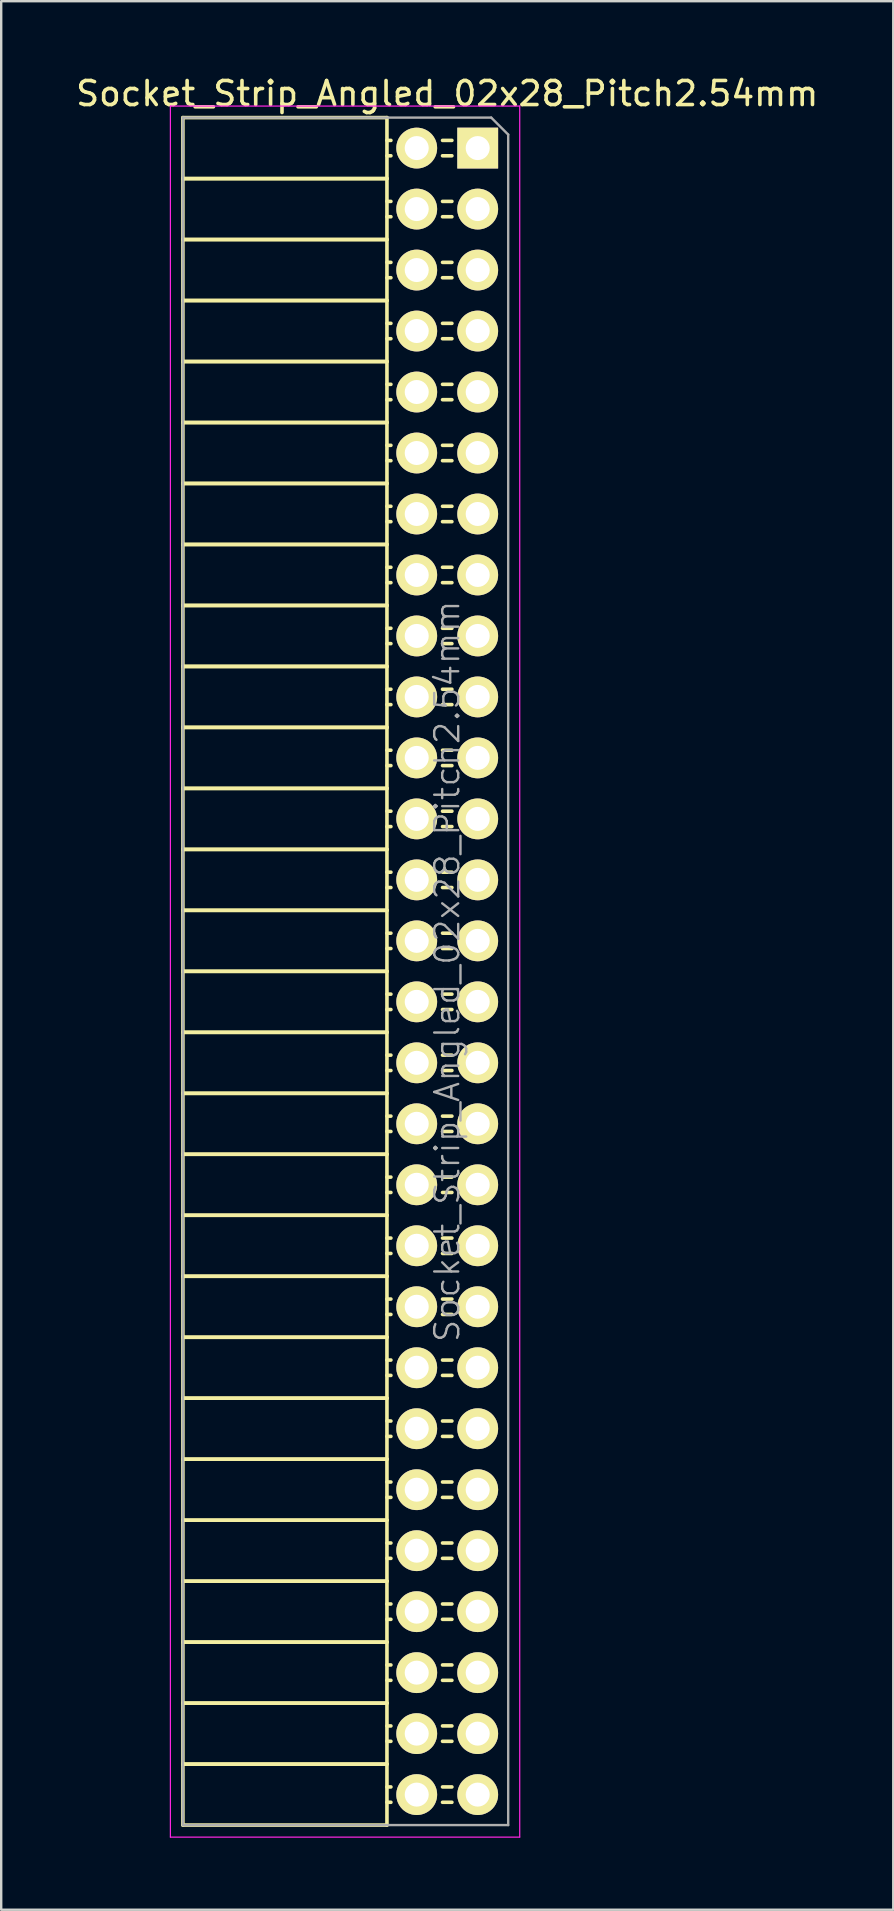
<source format=kicad_pcb>
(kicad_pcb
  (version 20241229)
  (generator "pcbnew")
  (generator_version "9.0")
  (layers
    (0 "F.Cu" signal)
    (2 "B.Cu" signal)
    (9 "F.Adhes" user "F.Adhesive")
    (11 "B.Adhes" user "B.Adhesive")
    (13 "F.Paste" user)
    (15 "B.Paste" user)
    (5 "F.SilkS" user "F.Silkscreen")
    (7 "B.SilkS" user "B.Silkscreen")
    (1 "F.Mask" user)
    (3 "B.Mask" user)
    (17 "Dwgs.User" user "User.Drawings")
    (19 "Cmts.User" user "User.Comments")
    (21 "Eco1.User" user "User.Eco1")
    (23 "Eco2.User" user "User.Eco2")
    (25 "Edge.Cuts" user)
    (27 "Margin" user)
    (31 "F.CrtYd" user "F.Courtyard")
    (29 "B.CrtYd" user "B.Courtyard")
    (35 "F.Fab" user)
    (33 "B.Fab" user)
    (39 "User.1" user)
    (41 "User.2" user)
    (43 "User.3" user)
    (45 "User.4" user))
  (footprint "Socket_Strip_Angled_02x28_Pitch2.54mm"
    (layer "F.Cu")
    (at 16.847 3.118)
    (property "Reference" "Socket_Strip_Angled_02x28_Pitch2.54mm" (at -1.27 -2.27 0) (layer "F.SilkS") (effects (font (size 1 1) (thickness 0.15))))
    (attr smd)
    (fp_line (start -12.28 -1.27) (end -12.28 1.27) (stroke (width 0.15) (type solid)) (layer "F.SilkS"))
    (fp_line (start -12.28 -1.27) (end -3.78 -1.27) (stroke (width 0.15) (type solid)) (layer "F.SilkS"))
    (fp_line (start -12.28 1.27) (end -12.28 3.81) (stroke (width 0.15) (type solid)) (layer "F.SilkS"))
    (fp_line (start -12.28 1.27) (end -3.78 1.27) (stroke (width 0.15) (type solid)) (layer "F.SilkS"))
    (fp_line (start -12.28 1.27) (end -3.78 1.27) (stroke (width 0.15) (type solid)) (layer "F.SilkS"))
    (fp_line (start -12.28 3.81) (end -12.28 6.35) (stroke (width 0.15) (type solid)) (layer "F.SilkS"))
    (fp_line (start -12.28 3.81) (end -3.78 3.81) (stroke (width 0.15) (type solid)) (layer "F.SilkS"))
    (fp_line (start -12.28 3.81) (end -3.78 3.81) (stroke (width 0.15) (type solid)) (layer "F.SilkS"))
    (fp_line (start -12.28 6.35) (end -12.28 8.89) (stroke (width 0.15) (type solid)) (layer "F.SilkS"))
    (fp_line (start -12.28 6.35) (end -3.78 6.35) (stroke (width 0.15) (type solid)) (layer "F.SilkS"))
    (fp_line (start -12.28 6.35) (end -3.78 6.35) (stroke (width 0.15) (type solid)) (layer "F.SilkS"))
    (fp_line (start -12.28 8.89) (end -12.28 11.43) (stroke (width 0.15) (type solid)) (layer "F.SilkS"))
    (fp_line (start -12.28 8.89) (end -3.78 8.89) (stroke (width 0.15) (type solid)) (layer "F.SilkS"))
    (fp_line (start -12.28 8.89) (end -3.78 8.89) (stroke (width 0.15) (type solid)) (layer "F.SilkS"))
    (fp_line (start -12.28 11.43) (end -12.28 13.97) (stroke (width 0.15) (type solid)) (layer "F.SilkS"))
    (fp_line (start -12.28 11.43) (end -3.78 11.43) (stroke (width 0.15) (type solid)) (layer "F.SilkS"))
    (fp_line (start -12.28 11.43) (end -3.78 11.43) (stroke (width 0.15) (type solid)) (layer "F.SilkS"))
    (fp_line (start -12.28 13.97) (end -12.28 16.51) (stroke (width 0.15) (type solid)) (layer "F.SilkS"))
    (fp_line (start -12.28 13.97) (end -3.78 13.97) (stroke (width 0.15) (type solid)) (layer "F.SilkS"))
    (fp_line (start -12.28 13.97) (end -3.78 13.97) (stroke (width 0.15) (type solid)) (layer "F.SilkS"))
    (fp_line (start -12.28 16.51) (end -12.28 19.05) (stroke (width 0.15) (type solid)) (layer "F.SilkS"))
    (fp_line (start -12.28 16.51) (end -3.78 16.51) (stroke (width 0.15) (type solid)) (layer "F.SilkS"))
    (fp_line (start -12.28 16.51) (end -3.78 16.51) (stroke (width 0.15) (type solid)) (layer "F.SilkS"))
    (fp_line (start -12.28 19.05) (end -12.28 21.59) (stroke (width 0.15) (type solid)) (layer "F.SilkS"))
    (fp_line (start -12.28 19.05) (end -3.78 19.05) (stroke (width 0.15) (type solid)) (layer "F.SilkS"))
    (fp_line (start -12.28 19.05) (end -3.78 19.05) (stroke (width 0.15) (type solid)) (layer "F.SilkS"))
    (fp_line (start -12.28 21.59) (end -12.28 24.13) (stroke (width 0.15) (type solid)) (layer "F.SilkS"))
    (fp_line (start -12.28 21.59) (end -3.78 21.59) (stroke (width 0.15) (type solid)) (layer "F.SilkS"))
    (fp_line (start -12.28 21.59) (end -3.78 21.59) (stroke (width 0.15) (type solid)) (layer "F.SilkS"))
    (fp_line (start -12.28 24.13) (end -12.28 26.67) (stroke (width 0.15) (type solid)) (layer "F.SilkS"))
    (fp_line (start -12.28 24.13) (end -3.78 24.13) (stroke (width 0.15) (type solid)) (layer "F.SilkS"))
    (fp_line (start -12.28 24.13) (end -3.78 24.13) (stroke (width 0.15) (type solid)) (layer "F.SilkS"))
    (fp_line (start -12.28 26.67) (end -12.28 29.21) (stroke (width 0.15) (type solid)) (layer "F.SilkS"))
    (fp_line (start -12.28 26.67) (end -3.78 26.67) (stroke (width 0.15) (type solid)) (layer "F.SilkS"))
    (fp_line (start -12.28 26.67) (end -3.78 26.67) (stroke (width 0.15) (type solid)) (layer "F.SilkS"))
    (fp_line (start -12.28 29.21) (end -12.28 31.75) (stroke (width 0.15) (type solid)) (layer "F.SilkS"))
    (fp_line (start -12.28 29.21) (end -3.78 29.21) (stroke (width 0.15) (type solid)) (layer "F.SilkS"))
    (fp_line (start -12.28 29.21) (end -3.78 29.21) (stroke (width 0.15) (type solid)) (layer "F.SilkS"))
    (fp_line (start -12.28 31.75) (end -12.28 34.29) (stroke (width 0.15) (type solid)) (layer "F.SilkS"))
    (fp_line (start -12.28 31.75) (end -3.78 31.75) (stroke (width 0.15) (type solid)) (layer "F.SilkS"))
    (fp_line (start -12.28 31.75) (end -3.78 31.75) (stroke (width 0.15) (type solid)) (layer "F.SilkS"))
    (fp_line (start -12.28 34.29) (end -12.28 36.83) (stroke (width 0.15) (type solid)) (layer "F.SilkS"))
    (fp_line (start -12.28 34.29) (end -3.78 34.29) (stroke (width 0.15) (type solid)) (layer "F.SilkS"))
    (fp_line (start -12.28 34.29) (end -3.78 34.29) (stroke (width 0.15) (type solid)) (layer "F.SilkS"))
    (fp_line (start -12.28 36.83) (end -12.28 39.37) (stroke (width 0.15) (type solid)) (layer "F.SilkS"))
    (fp_line (start -12.28 36.83) (end -3.78 36.83) (stroke (width 0.15) (type solid)) (layer "F.SilkS"))
    (fp_line (start -12.28 36.83) (end -3.78 36.83) (stroke (width 0.15) (type solid)) (layer "F.SilkS"))
    (fp_line (start -12.28 39.37) (end -12.28 41.91) (stroke (width 0.15) (type solid)) (layer "F.SilkS"))
    (fp_line (start -12.28 39.37) (end -3.78 39.37) (stroke (width 0.15) (type solid)) (layer "F.SilkS"))
    (fp_line (start -12.28 39.37) (end -3.78 39.37) (stroke (width 0.15) (type solid)) (layer "F.SilkS"))
    (fp_line (start -12.28 41.91) (end -12.28 44.45) (stroke (width 0.15) (type solid)) (layer "F.SilkS"))
    (fp_line (start -12.28 41.91) (end -3.78 41.91) (stroke (width 0.15) (type solid)) (layer "F.SilkS"))
    (fp_line (start -12.28 41.91) (end -3.78 41.91) (stroke (width 0.15) (type solid)) (layer "F.SilkS"))
    (fp_line (start -12.28 44.45) (end -12.28 46.99) (stroke (width 0.15) (type solid)) (layer "F.SilkS"))
    (fp_line (start -12.28 44.45) (end -3.78 44.45) (stroke (width 0.15) (type solid)) (layer "F.SilkS"))
    (fp_line (start -12.28 44.45) (end -3.78 44.45) (stroke (width 0.15) (type solid)) (layer "F.SilkS"))
    (fp_line (start -12.28 46.99) (end -12.28 49.53) (stroke (width 0.15) (type solid)) (layer "F.SilkS"))
    (fp_line (start -12.28 46.99) (end -3.78 46.99) (stroke (width 0.15) (type solid)) (layer "F.SilkS"))
    (fp_line (start -12.28 46.99) (end -3.78 46.99) (stroke (width 0.15) (type solid)) (layer "F.SilkS"))
    (fp_line (start -12.28 49.53) (end -12.28 52.07) (stroke (width 0.15) (type solid)) (layer "F.SilkS"))
    (fp_line (start -12.28 49.53) (end -3.78 49.53) (stroke (width 0.15) (type solid)) (layer "F.SilkS"))
    (fp_line (start -12.28 49.53) (end -3.78 49.53) (stroke (width 0.15) (type solid)) (layer "F.SilkS"))
    (fp_line (start -12.28 52.07) (end -12.28 54.61) (stroke (width 0.15) (type solid)) (layer "F.SilkS"))
    (fp_line (start -12.28 52.07) (end -3.78 52.07) (stroke (width 0.15) (type solid)) (layer "F.SilkS"))
    (fp_line (start -12.28 52.07) (end -3.78 52.07) (stroke (width 0.15) (type solid)) (layer "F.SilkS"))
    (fp_line (start -12.28 54.61) (end -12.28 57.15) (stroke (width 0.15) (type solid)) (layer "F.SilkS"))
    (fp_line (start -12.28 54.61) (end -3.78 54.61) (stroke (width 0.15) (type solid)) (layer "F.SilkS"))
    (fp_line (start -12.28 54.61) (end -3.78 54.61) (stroke (width 0.15) (type solid)) (layer "F.SilkS"))
    (fp_line (start -12.28 57.15) (end -12.28 59.69) (stroke (width 0.15) (type solid)) (layer "F.SilkS"))
    (fp_line (start -12.28 57.15) (end -3.78 57.15) (stroke (width 0.15) (type solid)) (layer "F.SilkS"))
    (fp_line (start -12.28 57.15) (end -3.78 57.15) (stroke (width 0.15) (type solid)) (layer "F.SilkS"))
    (fp_line (start -12.28 59.69) (end -12.28 62.23) (stroke (width 0.15) (type solid)) (layer "F.SilkS"))
    (fp_line (start -12.28 59.69) (end -3.78 59.69) (stroke (width 0.15) (type solid)) (layer "F.SilkS"))
    (fp_line (start -12.28 59.69) (end -3.78 59.69) (stroke (width 0.15) (type solid)) (layer "F.SilkS"))
    (fp_line (start -12.28 62.23) (end -12.28 64.77) (stroke (width 0.15) (type solid)) (layer "F.SilkS"))
    (fp_line (start -12.28 62.23) (end -3.78 62.23) (stroke (width 0.15) (type solid)) (layer "F.SilkS"))
    (fp_line (start -12.28 62.23) (end -3.78 62.23) (stroke (width 0.15) (type solid)) (layer "F.SilkS"))
    (fp_line (start -12.28 64.77) (end -12.28 67.31) (stroke (width 0.15) (type solid)) (layer "F.SilkS"))
    (fp_line (start -12.28 64.77) (end -3.78 64.77) (stroke (width 0.15) (type solid)) (layer "F.SilkS"))
    (fp_line (start -12.28 64.77) (end -3.78 64.77) (stroke (width 0.15) (type solid)) (layer "F.SilkS"))
    (fp_line (start -12.28 67.31) (end -12.28 69.85) (stroke (width 0.15) (type solid)) (layer "F.SilkS"))
    (fp_line (start -12.28 67.31) (end -3.78 67.31) (stroke (width 0.15) (type solid)) (layer "F.SilkS"))
    (fp_line (start -12.28 67.31) (end -3.78 67.31) (stroke (width 0.15) (type solid)) (layer "F.SilkS"))
    (fp_line (start -12.28 69.85) (end -3.78 69.85) (stroke (width 0.15) (type solid)) (layer "F.SilkS"))
    (fp_line (start -3.78 -1.27) (end -3.78 1.27) (stroke (width 0.15) (type solid)) (layer "F.SilkS"))
    (fp_line (start -3.78 -0.32) (end -3.615 -0.32) (stroke (width 0.15) (type solid)) (layer "F.SilkS"))
    (fp_line (start -3.78 0.32) (end -3.615 0.32) (stroke (width 0.15) (type solid)) (layer "F.SilkS"))
    (fp_line (start -3.78 1.27) (end -3.78 3.81) (stroke (width 0.15) (type solid)) (layer "F.SilkS"))
    (fp_line (start -3.78 2.22) (end -3.615 2.22) (stroke (width 0.15) (type solid)) (layer "F.SilkS"))
    (fp_line (start -3.78 2.86) (end -3.615 2.86) (stroke (width 0.15) (type solid)) (layer "F.SilkS"))
    (fp_line (start -3.78 3.81) (end -3.78 6.35) (stroke (width 0.15) (type solid)) (layer "F.SilkS"))
    (fp_line (start -3.78 4.76) (end -3.615 4.76) (stroke (width 0.15) (type solid)) (layer "F.SilkS"))
    (fp_line (start -3.78 5.4) (end -3.615 5.4) (stroke (width 0.15) (type solid)) (layer "F.SilkS"))
    (fp_line (start -3.78 6.35) (end -3.78 8.89) (stroke (width 0.15) (type solid)) (layer "F.SilkS"))
    (fp_line (start -3.78 7.3) (end -3.615 7.3) (stroke (width 0.15) (type solid)) (layer "F.SilkS"))
    (fp_line (start -3.78 7.94) (end -3.615 7.94) (stroke (width 0.15) (type solid)) (layer "F.SilkS"))
    (fp_line (start -3.78 8.89) (end -3.78 11.43) (stroke (width 0.15) (type solid)) (layer "F.SilkS"))
    (fp_line (start -3.78 9.84) (end -3.615 9.84) (stroke (width 0.15) (type solid)) (layer "F.SilkS"))
    (fp_line (start -3.78 10.48) (end -3.615 10.48) (stroke (width 0.15) (type solid)) (layer "F.SilkS"))
    (fp_line (start -3.78 11.43) (end -3.78 13.97) (stroke (width 0.15) (type solid)) (layer "F.SilkS"))
    (fp_line (start -3.78 12.38) (end -3.615 12.38) (stroke (width 0.15) (type solid)) (layer "F.SilkS"))
    (fp_line (start -3.78 13.02) (end -3.615 13.02) (stroke (width 0.15) (type solid)) (layer "F.SilkS"))
    (fp_line (start -3.78 13.97) (end -3.78 16.51) (stroke (width 0.15) (type solid)) (layer "F.SilkS"))
    (fp_line (start -3.78 14.92) (end -3.615 14.92) (stroke (width 0.15) (type solid)) (layer "F.SilkS"))
    (fp_line (start -3.78 15.56) (end -3.615 15.56) (stroke (width 0.15) (type solid)) (layer "F.SilkS"))
    (fp_line (start -3.78 16.51) (end -3.78 19.05) (stroke (width 0.15) (type solid)) (layer "F.SilkS"))
    (fp_line (start -3.78 17.46) (end -3.615 17.46) (stroke (width 0.15) (type solid)) (layer "F.SilkS"))
    (fp_line (start -3.78 18.1) (end -3.615 18.1) (stroke (width 0.15) (type solid)) (layer "F.SilkS"))
    (fp_line (start -3.78 19.05) (end -3.78 21.59) (stroke (width 0.15) (type solid)) (layer "F.SilkS"))
    (fp_line (start -3.78 20) (end -3.615 20) (stroke (width 0.15) (type solid)) (layer "F.SilkS"))
    (fp_line (start -3.78 20.64) (end -3.615 20.64) (stroke (width 0.15) (type solid)) (layer "F.SilkS"))
    (fp_line (start -3.78 21.59) (end -3.78 24.13) (stroke (width 0.15) (type solid)) (layer "F.SilkS"))
    (fp_line (start -3.78 22.54) (end -3.615 22.54) (stroke (width 0.15) (type solid)) (layer "F.SilkS"))
    (fp_line (start -3.78 23.18) (end -3.615 23.18) (stroke (width 0.15) (type solid)) (layer "F.SilkS"))
    (fp_line (start -3.78 24.13) (end -3.78 26.67) (stroke (width 0.15) (type solid)) (layer "F.SilkS"))
    (fp_line (start -3.78 25.08) (end -3.615 25.08) (stroke (width 0.15) (type solid)) (layer "F.SilkS"))
    (fp_line (start -3.78 25.72) (end -3.615 25.72) (stroke (width 0.15) (type solid)) (layer "F.SilkS"))
    (fp_line (start -3.78 26.67) (end -3.78 29.21) (stroke (width 0.15) (type solid)) (layer "F.SilkS"))
    (fp_line (start -3.78 27.62) (end -3.615 27.62) (stroke (width 0.15) (type solid)) (layer "F.SilkS"))
    (fp_line (start -3.78 28.26) (end -3.615 28.26) (stroke (width 0.15) (type solid)) (layer "F.SilkS"))
    (fp_line (start -3.78 29.21) (end -3.78 31.75) (stroke (width 0.15) (type solid)) (layer "F.SilkS"))
    (fp_line (start -3.78 30.16) (end -3.615 30.16) (stroke (width 0.15) (type solid)) (layer "F.SilkS"))
    (fp_line (start -3.78 30.8) (end -3.615 30.8) (stroke (width 0.15) (type solid)) (layer "F.SilkS"))
    (fp_line (start -3.78 31.75) (end -3.78 34.29) (stroke (width 0.15) (type solid)) (layer "F.SilkS"))
    (fp_line (start -3.78 32.7) (end -3.615 32.7) (stroke (width 0.15) (type solid)) (layer "F.SilkS"))
    (fp_line (start -3.78 33.34) (end -3.615 33.34) (stroke (width 0.15) (type solid)) (layer "F.SilkS"))
    (fp_line (start -3.78 34.29) (end -3.78 36.83) (stroke (width 0.15) (type solid)) (layer "F.SilkS"))
    (fp_line (start -3.78 35.24) (end -3.615 35.24) (stroke (width 0.15) (type solid)) (layer "F.SilkS"))
    (fp_line (start -3.78 35.88) (end -3.615 35.88) (stroke (width 0.15) (type solid)) (layer "F.SilkS"))
    (fp_line (start -3.78 36.83) (end -3.78 39.37) (stroke (width 0.15) (type solid)) (layer "F.SilkS"))
    (fp_line (start -3.78 37.78) (end -3.615 37.78) (stroke (width 0.15) (type solid)) (layer "F.SilkS"))
    (fp_line (start -3.78 38.42) (end -3.615 38.42) (stroke (width 0.15) (type solid)) (layer "F.SilkS"))
    (fp_line (start -3.78 39.37) (end -3.78 41.91) (stroke (width 0.15) (type solid)) (layer "F.SilkS"))
    (fp_line (start -3.78 40.32) (end -3.615 40.32) (stroke (width 0.15) (type solid)) (layer "F.SilkS"))
    (fp_line (start -3.78 40.96) (end -3.615 40.96) (stroke (width 0.15) (type solid)) (layer "F.SilkS"))
    (fp_line (start -3.78 41.91) (end -3.78 44.45) (stroke (width 0.15) (type solid)) (layer "F.SilkS"))
    (fp_line (start -3.78 42.86) (end -3.615 42.86) (stroke (width 0.15) (type solid)) (layer "F.SilkS"))
    (fp_line (start -3.78 43.5) (end -3.615 43.5) (stroke (width 0.15) (type solid)) (layer "F.SilkS"))
    (fp_line (start -3.78 44.45) (end -3.78 46.99) (stroke (width 0.15) (type solid)) (layer "F.SilkS"))
    (fp_line (start -3.78 45.4) (end -3.615 45.4) (stroke (width 0.15) (type solid)) (layer "F.SilkS"))
    (fp_line (start -3.78 46.04) (end -3.615 46.04) (stroke (width 0.15) (type solid)) (layer "F.SilkS"))
    (fp_line (start -3.78 46.99) (end -3.78 49.53) (stroke (width 0.15) (type solid)) (layer "F.SilkS"))
    (fp_line (start -3.78 47.94) (end -3.615 47.94) (stroke (width 0.15) (type solid)) (layer "F.SilkS"))
    (fp_line (start -3.78 48.58) (end -3.615 48.58) (stroke (width 0.15) (type solid)) (layer "F.SilkS"))
    (fp_line (start -3.78 49.53) (end -3.78 52.07) (stroke (width 0.15) (type solid)) (layer "F.SilkS"))
    (fp_line (start -3.78 50.48) (end -3.615 50.48) (stroke (width 0.15) (type solid)) (layer "F.SilkS"))
    (fp_line (start -3.78 51.12) (end -3.615 51.12) (stroke (width 0.15) (type solid)) (layer "F.SilkS"))
    (fp_line (start -3.78 52.07) (end -3.78 54.61) (stroke (width 0.15) (type solid)) (layer "F.SilkS"))
    (fp_line (start -3.78 53.02) (end -3.615 53.02) (stroke (width 0.15) (type solid)) (layer "F.SilkS"))
    (fp_line (start -3.78 53.66) (end -3.615 53.66) (stroke (width 0.15) (type solid)) (layer "F.SilkS"))
    (fp_line (start -3.78 54.61) (end -3.78 57.15) (stroke (width 0.15) (type solid)) (layer "F.SilkS"))
    (fp_line (start -3.78 55.56) (end -3.615 55.56) (stroke (width 0.15) (type solid)) (layer "F.SilkS"))
    (fp_line (start -3.78 56.2) (end -3.615 56.2) (stroke (width 0.15) (type solid)) (layer "F.SilkS"))
    (fp_line (start -3.78 57.15) (end -3.78 59.69) (stroke (width 0.15) (type solid)) (layer "F.SilkS"))
    (fp_line (start -3.78 58.1) (end -3.615 58.1) (stroke (width 0.15) (type solid)) (layer "F.SilkS"))
    (fp_line (start -3.78 58.74) (end -3.615 58.74) (stroke (width 0.15) (type solid)) (layer "F.SilkS"))
    (fp_line (start -3.78 59.69) (end -3.78 62.23) (stroke (width 0.15) (type solid)) (layer "F.SilkS"))
    (fp_line (start -3.78 60.64) (end -3.615 60.64) (stroke (width 0.15) (type solid)) (layer "F.SilkS"))
    (fp_line (start -3.78 61.28) (end -3.615 61.28) (stroke (width 0.15) (type solid)) (layer "F.SilkS"))
    (fp_line (start -3.78 62.23) (end -3.78 64.77) (stroke (width 0.15) (type solid)) (layer "F.SilkS"))
    (fp_line (start -3.78 63.18) (end -3.615 63.18) (stroke (width 0.15) (type solid)) (layer "F.SilkS"))
    (fp_line (start -3.78 63.82) (end -3.615 63.82) (stroke (width 0.15) (type solid)) (layer "F.SilkS"))
    (fp_line (start -3.78 64.77) (end -3.78 67.31) (stroke (width 0.15) (type solid)) (layer "F.SilkS"))
    (fp_line (start -3.78 65.72) (end -3.615 65.72) (stroke (width 0.15) (type solid)) (layer "F.SilkS"))
    (fp_line (start -3.78 66.36) (end -3.615 66.36) (stroke (width 0.15) (type solid)) (layer "F.SilkS"))
    (fp_line (start -3.78 67.31) (end -3.78 69.85) (stroke (width 0.15) (type solid)) (layer "F.SilkS"))
    (fp_line (start -3.78 68.26) (end -3.615 68.26) (stroke (width 0.15) (type solid)) (layer "F.SilkS"))
    (fp_line (start -3.78 68.9) (end -3.615 68.9) (stroke (width 0.15) (type solid)) (layer "F.SilkS"))
    (fp_line (start -1.075 -0.32) (end -1.465 -0.32) (stroke (width 0.15) (type solid)) (layer "F.SilkS"))
    (fp_line (start -1.075 0.32) (end -1.465 0.32) (stroke (width 0.15) (type solid)) (layer "F.SilkS"))
    (fp_line (start -1.075 2.22) (end -1.465 2.22) (stroke (width 0.15) (type solid)) (layer "F.SilkS"))
    (fp_line (start -1.075 2.86) (end -1.465 2.86) (stroke (width 0.15) (type solid)) (layer "F.SilkS"))
    (fp_line (start -1.075 4.76) (end -1.465 4.76) (stroke (width 0.15) (type solid)) (layer "F.SilkS"))
    (fp_line (start -1.075 5.4) (end -1.465 5.4) (stroke (width 0.15) (type solid)) (layer "F.SilkS"))
    (fp_line (start -1.075 7.3) (end -1.465 7.3) (stroke (width 0.15) (type solid)) (layer "F.SilkS"))
    (fp_line (start -1.075 7.94) (end -1.465 7.94) (stroke (width 0.15) (type solid)) (layer "F.SilkS"))
    (fp_line (start -1.075 9.84) (end -1.465 9.84) (stroke (width 0.15) (type solid)) (layer "F.SilkS"))
    (fp_line (start -1.075 10.48) (end -1.465 10.48) (stroke (width 0.15) (type solid)) (layer "F.SilkS"))
    (fp_line (start -1.075 12.38) (end -1.465 12.38) (stroke (width 0.15) (type solid)) (layer "F.SilkS"))
    (fp_line (start -1.075 13.02) (end -1.465 13.02) (stroke (width 0.15) (type solid)) (layer "F.SilkS"))
    (fp_line (start -1.075 14.92) (end -1.465 14.92) (stroke (width 0.15) (type solid)) (layer "F.SilkS"))
    (fp_line (start -1.075 15.56) (end -1.465 15.56) (stroke (width 0.15) (type solid)) (layer "F.SilkS"))
    (fp_line (start -1.075 17.46) (end -1.465 17.46) (stroke (width 0.15) (type solid)) (layer "F.SilkS"))
    (fp_line (start -1.075 18.1) (end -1.465 18.1) (stroke (width 0.15) (type solid)) (layer "F.SilkS"))
    (fp_line (start -1.075 20) (end -1.465 20) (stroke (width 0.15) (type solid)) (layer "F.SilkS"))
    (fp_line (start -1.075 20.64) (end -1.465 20.64) (stroke (width 0.15) (type solid)) (layer "F.SilkS"))
    (fp_line (start -1.075 22.54) (end -1.465 22.54) (stroke (width 0.15) (type solid)) (layer "F.SilkS"))
    (fp_line (start -1.075 23.18) (end -1.465 23.18) (stroke (width 0.15) (type solid)) (layer "F.SilkS"))
    (fp_line (start -1.075 25.08) (end -1.465 25.08) (stroke (width 0.15) (type solid)) (layer "F.SilkS"))
    (fp_line (start -1.075 25.72) (end -1.465 25.72) (stroke (width 0.15) (type solid)) (layer "F.SilkS"))
    (fp_line (start -1.075 27.62) (end -1.465 27.62) (stroke (width 0.15) (type solid)) (layer "F.SilkS"))
    (fp_line (start -1.075 28.26) (end -1.465 28.26) (stroke (width 0.15) (type solid)) (layer "F.SilkS"))
    (fp_line (start -1.075 30.16) (end -1.465 30.16) (stroke (width 0.15) (type solid)) (layer "F.SilkS"))
    (fp_line (start -1.075 30.8) (end -1.465 30.8) (stroke (width 0.15) (type solid)) (layer "F.SilkS"))
    (fp_line (start -1.075 32.7) (end -1.465 32.7) (stroke (width 0.15) (type solid)) (layer "F.SilkS"))
    (fp_line (start -1.075 33.34) (end -1.465 33.34) (stroke (width 0.15) (type solid)) (layer "F.SilkS"))
    (fp_line (start -1.075 35.24) (end -1.465 35.24) (stroke (width 0.15) (type solid)) (layer "F.SilkS"))
    (fp_line (start -1.075 35.88) (end -1.465 35.88) (stroke (width 0.15) (type solid)) (layer "F.SilkS"))
    (fp_line (start -1.075 37.78) (end -1.465 37.78) (stroke (width 0.15) (type solid)) (layer "F.SilkS"))
    (fp_line (start -1.075 38.42) (end -1.465 38.42) (stroke (width 0.15) (type solid)) (layer "F.SilkS"))
    (fp_line (start -1.075 40.32) (end -1.465 40.32) (stroke (width 0.15) (type solid)) (layer "F.SilkS"))
    (fp_line (start -1.075 40.96) (end -1.465 40.96) (stroke (width 0.15) (type solid)) (layer "F.SilkS"))
    (fp_line (start -1.075 42.86) (end -1.465 42.86) (stroke (width 0.15) (type solid)) (layer "F.SilkS"))
    (fp_line (start -1.075 43.5) (end -1.465 43.5) (stroke (width 0.15) (type solid)) (layer "F.SilkS"))
    (fp_line (start -1.075 45.4) (end -1.465 45.4) (stroke (width 0.15) (type solid)) (layer "F.SilkS"))
    (fp_line (start -1.075 46.04) (end -1.465 46.04) (stroke (width 0.15) (type solid)) (layer "F.SilkS"))
    (fp_line (start -1.075 47.94) (end -1.465 47.94) (stroke (width 0.15) (type solid)) (layer "F.SilkS"))
    (fp_line (start -1.075 48.58) (end -1.465 48.58) (stroke (width 0.15) (type solid)) (layer "F.SilkS"))
    (fp_line (start -1.075 50.48) (end -1.465 50.48) (stroke (width 0.15) (type solid)) (layer "F.SilkS"))
    (fp_line (start -1.075 51.12) (end -1.465 51.12) (stroke (width 0.15) (type solid)) (layer "F.SilkS"))
    (fp_line (start -1.075 53.02) (end -1.465 53.02) (stroke (width 0.15) (type solid)) (layer "F.SilkS"))
    (fp_line (start -1.075 53.66) (end -1.465 53.66) (stroke (width 0.15) (type solid)) (layer "F.SilkS"))
    (fp_line (start -1.075 55.56) (end -1.465 55.56) (stroke (width 0.15) (type solid)) (layer "F.SilkS"))
    (fp_line (start -1.075 56.2) (end -1.465 56.2) (stroke (width 0.15) (type solid)) (layer "F.SilkS"))
    (fp_line (start -1.075 58.1) (end -1.465 58.1) (stroke (width 0.15) (type solid)) (layer "F.SilkS"))
    (fp_line (start -1.075 58.74) (end -1.465 58.74) (stroke (width 0.15) (type solid)) (layer "F.SilkS"))
    (fp_line (start -1.075 60.64) (end -1.465 60.64) (stroke (width 0.15) (type solid)) (layer "F.SilkS"))
    (fp_line (start -1.075 61.28) (end -1.465 61.28) (stroke (width 0.15) (type solid)) (layer "F.SilkS"))
    (fp_line (start -1.075 63.18) (end -1.465 63.18) (stroke (width 0.15) (type solid)) (layer "F.SilkS"))
    (fp_line (start -1.075 63.82) (end -1.465 63.82) (stroke (width 0.15) (type solid)) (layer "F.SilkS"))
    (fp_line (start -1.075 65.72) (end -1.465 65.72) (stroke (width 0.15) (type solid)) (layer "F.SilkS"))
    (fp_line (start -1.075 66.36) (end -1.465 66.36) (stroke (width 0.15) (type solid)) (layer "F.SilkS"))
    (fp_line (start -1.075 68.26) (end -1.465 68.26) (stroke (width 0.15) (type solid)) (layer "F.SilkS"))
    (fp_line (start -1.075 68.9) (end -1.465 68.9) (stroke (width 0.15) (type solid)) (layer "F.SilkS"))
    (fp_line (start -12.8 -1.75) (end 1.75 -1.75) (stroke (width 0.05) (type solid)) (layer "F.CrtYd"))
    (fp_line (start -12.8 70.35) (end -12.8 -1.75) (stroke (width 0.05) (type solid)) (layer "F.CrtYd"))
    (fp_line (start -12.8 70.35) (end 1.75 70.35) (stroke (width 0.05) (type solid)) (layer "F.CrtYd"))
    (fp_line (start 1.75 70.35) (end 1.75 -1.75) (stroke (width 0.05) (type solid)) (layer "F.CrtYd"))
    (fp_line (start -12.28 -1.27) (end 0.563 -1.27) (stroke (width 0.1) (type solid)) (layer "F.Fab"))
    (fp_line (start -12.28 69.85) (end -12.28 -1.27) (stroke (width 0.1) (type solid)) (layer "F.Fab"))
    (fp_line (start -12.28 69.85) (end 1.27 69.85) (stroke (width 0.1) (type solid)) (layer "F.Fab"))
    (fp_line (start 1.27 -0.563) (end 0.563 -1.27) (stroke (width 0.1) (type solid)) (layer "F.Fab"))
    (fp_line (start 1.27 69.85) (end 1.27 -0.563) (stroke (width 0.1) (type solid)) (layer "F.Fab"))
    (fp_text user "${REFERENCE}" (at -1.27 34.29 90) (layer "F.Fab") (effects (font (size 1 1) (thickness 0.1))))
    (pad "1" thru_hole rect (at 0 0) (size 1.7 1.7) (drill 1) (layers "*.Cu" "*.Mask" "F.SilkS"))
    (pad "2" thru_hole oval (at -2.54 0) (size 1.7 1.7) (drill 1) (layers "*.Cu" "*.Mask" "F.SilkS"))
    (pad "3" thru_hole oval (at 0 2.54) (size 1.7 1.7) (drill 1) (layers "*.Cu" "*.Mask" "F.SilkS"))
    (pad "4" thru_hole oval (at -2.54 2.54) (size 1.7 1.7) (drill 1) (layers "*.Cu" "*.Mask" "F.SilkS"))
    (pad "5" thru_hole oval (at 0 5.08) (size 1.7 1.7) (drill 1) (layers "*.Cu" "*.Mask" "F.SilkS"))
    (pad "6" thru_hole oval (at -2.54 5.08) (size 1.7 1.7) (drill 1) (layers "*.Cu" "*.Mask" "F.SilkS"))
    (pad "7" thru_hole oval (at 0 7.62) (size 1.7 1.7) (drill 1) (layers "*.Cu" "*.Mask" "F.SilkS"))
    (pad "8" thru_hole oval (at -2.54 7.62) (size 1.7 1.7) (drill 1) (layers "*.Cu" "*.Mask" "F.SilkS"))
    (pad "9" thru_hole oval (at 0 10.16) (size 1.7 1.7) (drill 1) (layers "*.Cu" "*.Mask" "F.SilkS"))
    (pad "10" thru_hole oval (at -2.54 10.16) (size 1.7 1.7) (drill 1) (layers "*.Cu" "*.Mask" "F.SilkS"))
    (pad "11" thru_hole oval (at 0 12.7) (size 1.7 1.7) (drill 1) (layers "*.Cu" "*.Mask" "F.SilkS"))
    (pad "12" thru_hole oval (at -2.54 12.7) (size 1.7 1.7) (drill 1) (layers "*.Cu" "*.Mask" "F.SilkS"))
    (pad "13" thru_hole oval (at 0 15.24) (size 1.7 1.7) (drill 1) (layers "*.Cu" "*.Mask" "F.SilkS"))
    (pad "14" thru_hole oval (at -2.54 15.24) (size 1.7 1.7) (drill 1) (layers "*.Cu" "*.Mask" "F.SilkS"))
    (pad "15" thru_hole oval (at 0 17.78) (size 1.7 1.7) (drill 1) (layers "*.Cu" "*.Mask" "F.SilkS"))
    (pad "16" thru_hole oval (at -2.54 17.78) (size 1.7 1.7) (drill 1) (layers "*.Cu" "*.Mask" "F.SilkS"))
    (pad "17" thru_hole oval (at 0 20.32) (size 1.7 1.7) (drill 1) (layers "*.Cu" "*.Mask" "F.SilkS"))
    (pad "18" thru_hole oval (at -2.54 20.32) (size 1.7 1.7) (drill 1) (layers "*.Cu" "*.Mask" "F.SilkS"))
    (pad "19" thru_hole oval (at 0 22.86) (size 1.7 1.7) (drill 1) (layers "*.Cu" "*.Mask" "F.SilkS"))
    (pad "20" thru_hole oval (at -2.54 22.86) (size 1.7 1.7) (drill 1) (layers "*.Cu" "*.Mask" "F.SilkS"))
    (pad "21" thru_hole oval (at 0 25.4) (size 1.7 1.7) (drill 1) (layers "*.Cu" "*.Mask" "F.SilkS"))
    (pad "22" thru_hole oval (at -2.54 25.4) (size 1.7 1.7) (drill 1) (layers "*.Cu" "*.Mask" "F.SilkS"))
    (pad "23" thru_hole oval (at 0 27.94) (size 1.7 1.7) (drill 1) (layers "*.Cu" "*.Mask" "F.SilkS"))
    (pad "24" thru_hole oval (at -2.54 27.94) (size 1.7 1.7) (drill 1) (layers "*.Cu" "*.Mask" "F.SilkS"))
    (pad "25" thru_hole oval (at 0 30.48) (size 1.7 1.7) (drill 1) (layers "*.Cu" "*.Mask" "F.SilkS"))
    (pad "26" thru_hole oval (at -2.54 30.48) (size 1.7 1.7) (drill 1) (layers "*.Cu" "*.Mask" "F.SilkS"))
    (pad "27" thru_hole oval (at 0 33.02) (size 1.7 1.7) (drill 1) (layers "*.Cu" "*.Mask" "F.SilkS"))
    (pad "28" thru_hole oval (at -2.54 33.02) (size 1.7 1.7) (drill 1) (layers "*.Cu" "*.Mask" "F.SilkS"))
    (pad "29" thru_hole oval (at 0 35.56) (size 1.7 1.7) (drill 1) (layers "*.Cu" "*.Mask" "F.SilkS"))
    (pad "30" thru_hole oval (at -2.54 35.56) (size 1.7 1.7) (drill 1) (layers "*.Cu" "*.Mask" "F.SilkS"))
    (pad "31" thru_hole oval (at 0 38.1) (size 1.7 1.7) (drill 1) (layers "*.Cu" "*.Mask" "F.SilkS"))
    (pad "32" thru_hole oval (at -2.54 38.1) (size 1.7 1.7) (drill 1) (layers "*.Cu" "*.Mask" "F.SilkS"))
    (pad "33" thru_hole oval (at 0 40.64) (size 1.7 1.7) (drill 1) (layers "*.Cu" "*.Mask" "F.SilkS"))
    (pad "34" thru_hole oval (at -2.54 40.64) (size 1.7 1.7) (drill 1) (layers "*.Cu" "*.Mask" "F.SilkS"))
    (pad "35" thru_hole oval (at 0 43.18) (size 1.7 1.7) (drill 1) (layers "*.Cu" "*.Mask" "F.SilkS"))
    (pad "36" thru_hole oval (at -2.54 43.18) (size 1.7 1.7) (drill 1) (layers "*.Cu" "*.Mask" "F.SilkS"))
    (pad "37" thru_hole oval (at 0 45.72) (size 1.7 1.7) (drill 1) (layers "*.Cu" "*.Mask" "F.SilkS"))
    (pad "38" thru_hole oval (at -2.54 45.72) (size 1.7 1.7) (drill 1) (layers "*.Cu" "*.Mask" "F.SilkS"))
    (pad "39" thru_hole oval (at 0 48.26) (size 1.7 1.7) (drill 1) (layers "*.Cu" "*.Mask" "F.SilkS"))
    (pad "40" thru_hole oval (at -2.54 48.26) (size 1.7 1.7) (drill 1) (layers "*.Cu" "*.Mask" "F.SilkS"))
    (pad "41" thru_hole oval (at 0 50.8) (size 1.7 1.7) (drill 1) (layers "*.Cu" "*.Mask" "F.SilkS"))
    (pad "42" thru_hole oval (at -2.54 50.8) (size 1.7 1.7) (drill 1) (layers "*.Cu" "*.Mask" "F.SilkS"))
    (pad "43" thru_hole oval (at 0 53.34) (size 1.7 1.7) (drill 1) (layers "*.Cu" "*.Mask" "F.SilkS"))
    (pad "44" thru_hole oval (at -2.54 53.34) (size 1.7 1.7) (drill 1) (layers "*.Cu" "*.Mask" "F.SilkS"))
    (pad "45" thru_hole oval (at 0 55.88) (size 1.7 1.7) (drill 1) (layers "*.Cu" "*.Mask" "F.SilkS"))
    (pad "46" thru_hole oval (at -2.54 55.88) (size 1.7 1.7) (drill 1) (layers "*.Cu" "*.Mask" "F.SilkS"))
    (pad "47" thru_hole oval (at 0 58.42) (size 1.7 1.7) (drill 1) (layers "*.Cu" "*.Mask" "F.SilkS"))
    (pad "48" thru_hole oval (at -2.54 58.42) (size 1.7 1.7) (drill 1) (layers "*.Cu" "*.Mask" "F.SilkS"))
    (pad "49" thru_hole oval (at 0 60.96) (size 1.7 1.7) (drill 1) (layers "*.Cu" "*.Mask" "F.SilkS"))
    (pad "50" thru_hole oval (at -2.54 60.96) (size 1.7 1.7) (drill 1) (layers "*.Cu" "*.Mask" "F.SilkS"))
    (pad "51" thru_hole oval (at 0 63.5) (size 1.7 1.7) (drill 1) (layers "*.Cu" "*.Mask" "F.SilkS"))
    (pad "52" thru_hole oval (at -2.54 63.5) (size 1.7 1.7) (drill 1) (layers "*.Cu" "*.Mask" "F.SilkS"))
    (pad "53" thru_hole oval (at 0 66.04) (size 1.7 1.7) (drill 1) (layers "*.Cu" "*.Mask" "F.SilkS"))
    (pad "54" thru_hole oval (at -2.54 66.04) (size 1.7 1.7) (drill 1) (layers "*.Cu" "*.Mask" "F.SilkS"))
    (pad "55" thru_hole oval (at 0 68.58) (size 1.7 1.7) (drill 1) (layers "*.Cu" "*.Mask" "F.SilkS"))
    (pad "56" thru_hole oval (at -2.54 68.58) (size 1.7 1.7) (drill 1) (layers "*.Cu" "*.Mask" "F.SilkS")))
  (gr_rect
    (start -3 -3)
    (end 34.155 76.493)
    (stroke (width 0.1) (type default))
    (fill no)
    (layer "Edge.Cuts")))
</source>
